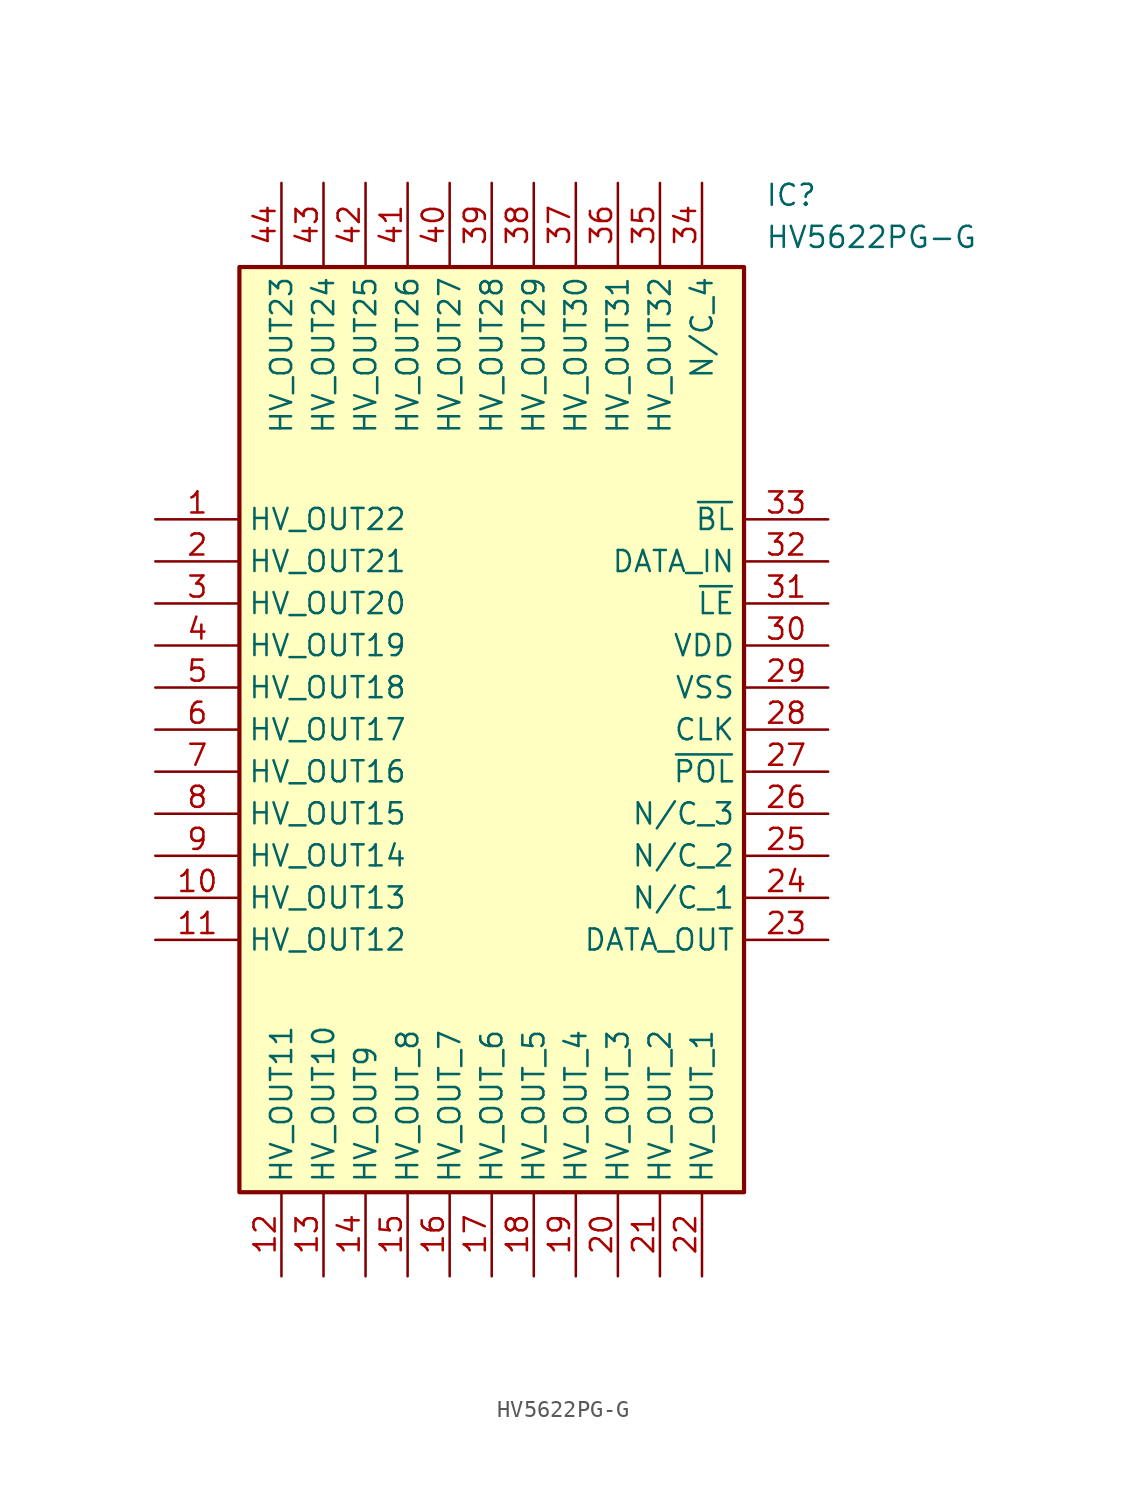
<source format=kicad_sym>
(kicad_symbol_lib
  (version 20211014)
  (generator SamacSys_ECAD_Model)
  (symbol "HV5622PG-G"
    (property "Reference" "IC"
      (at 36.83 20.32 0)
      (effects (font (size 1.27 1.27)) (justify left top)))
    (property "Value" "HV5622PG-G"
      (at 36.83 17.78 0)
      (effects (font (size 1.27 1.27)) (justify left top)))
    (rectangle
      (start 5.08 15.24)
      (end 35.56 -40.64)
      (stroke (width 0.254) (type default))
      (fill (type background)))
    (pin passive line
      (at 0 0 0)
      (length 5.08)
      (name "HV_OUT22" (effects (font (size 1.27 1.27))))
      (number "1" (effects (font (size 1.27 1.27)))))
    (pin passive line
      (at 0 -2.54 0)
      (length 5.08)
      (name "HV_OUT21" (effects (font (size 1.27 1.27))))
      (number "2" (effects (font (size 1.27 1.27)))))
    (pin passive line
      (at 0 -5.08 0)
      (length 5.08)
      (name "HV_OUT20" (effects (font (size 1.27 1.27))))
      (number "3" (effects (font (size 1.27 1.27)))))
    (pin passive line
      (at 0 -7.62 0)
      (length 5.08)
      (name "HV_OUT19" (effects (font (size 1.27 1.27))))
      (number "4" (effects (font (size 1.27 1.27)))))
    (pin passive line
      (at 0 -10.16 0)
      (length 5.08)
      (name "HV_OUT18" (effects (font (size 1.27 1.27))))
      (number "5" (effects (font (size 1.27 1.27)))))
    (pin passive line
      (at 0 -12.7 0)
      (length 5.08)
      (name "HV_OUT17" (effects (font (size 1.27 1.27))))
      (number "6" (effects (font (size 1.27 1.27)))))
    (pin passive line
      (at 0 -15.24 0)
      (length 5.08)
      (name "HV_OUT16" (effects (font (size 1.27 1.27))))
      (number "7" (effects (font (size 1.27 1.27)))))
    (pin passive line
      (at 0 -17.78 0)
      (length 5.08)
      (name "HV_OUT15" (effects (font (size 1.27 1.27))))
      (number "8" (effects (font (size 1.27 1.27)))))
    (pin passive line
      (at 0 -20.32 0)
      (length 5.08)
      (name "HV_OUT14" (effects (font (size 1.27 1.27))))
      (number "9" (effects (font (size 1.27 1.27)))))
    (pin passive line
      (at 0 -22.86 0)
      (length 5.08)
      (name "HV_OUT13" (effects (font (size 1.27 1.27))))
      (number "10" (effects (font (size 1.27 1.27)))))
    (pin passive line
      (at 0 -25.4 0)
      (length 5.08)
      (name "HV_OUT12" (effects (font (size 1.27 1.27))))
      (number "11" (effects (font (size 1.27 1.27)))))
    (pin passive line
      (at 7.62 -45.72 90)
      (length 5.08)
      (name "HV_OUT11" (effects (font (size 1.27 1.27))))
      (number "12" (effects (font (size 1.27 1.27)))))
    (pin passive line
      (at 10.16 -45.72 90)
      (length 5.08)
      (name "HV_OUT10" (effects (font (size 1.27 1.27))))
      (number "13" (effects (font (size 1.27 1.27)))))
    (pin passive line
      (at 12.7 -45.72 90)
      (length 5.08)
      (name "HV_OUT9" (effects (font (size 1.27 1.27))))
      (number "14" (effects (font (size 1.27 1.27)))))
    (pin passive line
      (at 15.24 -45.72 90)
      (length 5.08)
      (name "HV_OUT_8" (effects (font (size 1.27 1.27))))
      (number "15" (effects (font (size 1.27 1.27)))))
    (pin passive line
      (at 17.78 -45.72 90)
      (length 5.08)
      (name "HV_OUT_7" (effects (font (size 1.27 1.27))))
      (number "16" (effects (font (size 1.27 1.27)))))
    (pin passive line
      (at 20.32 -45.72 90)
      (length 5.08)
      (name "HV_OUT_6" (effects (font (size 1.27 1.27))))
      (number "17" (effects (font (size 1.27 1.27)))))
    (pin passive line
      (at 22.86 -45.72 90)
      (length 5.08)
      (name "HV_OUT_5" (effects (font (size 1.27 1.27))))
      (number "18" (effects (font (size 1.27 1.27)))))
    (pin passive line
      (at 25.4 -45.72 90)
      (length 5.08)
      (name "HV_OUT_4" (effects (font (size 1.27 1.27))))
      (number "19" (effects (font (size 1.27 1.27)))))
    (pin passive line
      (at 27.94 -45.72 90)
      (length 5.08)
      (name "HV_OUT_3" (effects (font (size 1.27 1.27))))
      (number "20" (effects (font (size 1.27 1.27)))))
    (pin passive line
      (at 30.48 -45.72 90)
      (length 5.08)
      (name "HV_OUT_2" (effects (font (size 1.27 1.27))))
      (number "21" (effects (font (size 1.27 1.27)))))
    (pin passive line
      (at 33.02 -45.72 90)
      (length 5.08)
      (name "HV_OUT_1" (effects (font (size 1.27 1.27))))
      (number "22" (effects (font (size 1.27 1.27)))))
    (pin passive line
      (at 40.64 0 180)
      (length 5.08)
      (name "~{BL}" (effects (font (size 1.27 1.27))))
      (number "33" (effects (font (size 1.27 1.27)))))
    (pin passive line
      (at 40.64 -2.54 180)
      (length 5.08)
      (name "DATA_IN" (effects (font (size 1.27 1.27))))
      (number "32" (effects (font (size 1.27 1.27)))))
    (pin passive line
      (at 40.64 -5.08 180)
      (length 5.08)
      (name "~{LE}" (effects (font (size 1.27 1.27))))
      (number "31" (effects (font (size 1.27 1.27)))))
    (pin passive line
      (at 40.64 -7.62 180)
      (length 5.08)
      (name "VDD" (effects (font (size 1.27 1.27))))
      (number "30" (effects (font (size 1.27 1.27)))))
    (pin passive line
      (at 40.64 -10.16 180)
      (length 5.08)
      (name "VSS" (effects (font (size 1.27 1.27))))
      (number "29" (effects (font (size 1.27 1.27)))))
    (pin passive line
      (at 40.64 -12.7 180)
      (length 5.08)
      (name "CLK" (effects (font (size 1.27 1.27))))
      (number "28" (effects (font (size 1.27 1.27)))))
    (pin passive line
      (at 40.64 -15.24 180)
      (length 5.08)
      (name "~{POL}" (effects (font (size 1.27 1.27))))
      (number "27" (effects (font (size 1.27 1.27)))))
    (pin passive line
      (at 40.64 -17.78 180)
      (length 5.08)
      (name "N/C_3" (effects (font (size 1.27 1.27))))
      (number "26" (effects (font (size 1.27 1.27)))))
    (pin passive line
      (at 40.64 -20.32 180)
      (length 5.08)
      (name "N/C_2" (effects (font (size 1.27 1.27))))
      (number "25" (effects (font (size 1.27 1.27)))))
    (pin passive line
      (at 40.64 -22.86 180)
      (length 5.08)
      (name "N/C_1" (effects (font (size 1.27 1.27))))
      (number "24" (effects (font (size 1.27 1.27)))))
    (pin passive line
      (at 40.64 -25.4 180)
      (length 5.08)
      (name "DATA_OUT" (effects (font (size 1.27 1.27))))
      (number "23" (effects (font (size 1.27 1.27)))))
    (pin passive line
      (at 7.62 20.32 270)
      (length 5.08)
      (name "HV_OUT23" (effects (font (size 1.27 1.27))))
      (number "44" (effects (font (size 1.27 1.27)))))
    (pin passive line
      (at 10.16 20.32 270)
      (length 5.08)
      (name "HV_OUT24" (effects (font (size 1.27 1.27))))
      (number "43" (effects (font (size 1.27 1.27)))))
    (pin passive line
      (at 12.7 20.32 270)
      (length 5.08)
      (name "HV_OUT25" (effects (font (size 1.27 1.27))))
      (number "42" (effects (font (size 1.27 1.27)))))
    (pin passive line
      (at 15.24 20.32 270)
      (length 5.08)
      (name "HV_OUT26" (effects (font (size 1.27 1.27))))
      (number "41" (effects (font (size 1.27 1.27)))))
    (pin passive line
      (at 17.78 20.32 270)
      (length 5.08)
      (name "HV_OUT27" (effects (font (size 1.27 1.27))))
      (number "40" (effects (font (size 1.27 1.27)))))
    (pin passive line
      (at 20.32 20.32 270)
      (length 5.08)
      (name "HV_OUT28" (effects (font (size 1.27 1.27))))
      (number "39" (effects (font (size 1.27 1.27)))))
    (pin passive line
      (at 22.86 20.32 270)
      (length 5.08)
      (name "HV_OUT29" (effects (font (size 1.27 1.27))))
      (number "38" (effects (font (size 1.27 1.27)))))
    (pin passive line
      (at 25.4 20.32 270)
      (length 5.08)
      (name "HV_OUT30" (effects (font (size 1.27 1.27))))
      (number "37" (effects (font (size 1.27 1.27)))))
    (pin passive line
      (at 27.94 20.32 270)
      (length 5.08)
      (name "HV_OUT31" (effects (font (size 1.27 1.27))))
      (number "36" (effects (font (size 1.27 1.27)))))
    (pin passive line
      (at 30.48 20.32 270)
      (length 5.08)
      (name "HV_OUT32" (effects (font (size 1.27 1.27))))
      (number "35" (effects (font (size 1.27 1.27)))))
    (pin passive line
      (at 33.02 20.32 270)
      (length 5.08)
      (name "N/C_4" (effects (font (size 1.27 1.27))))
      (number "34" (effects (font (size 1.27 1.27)))))))
</source>
